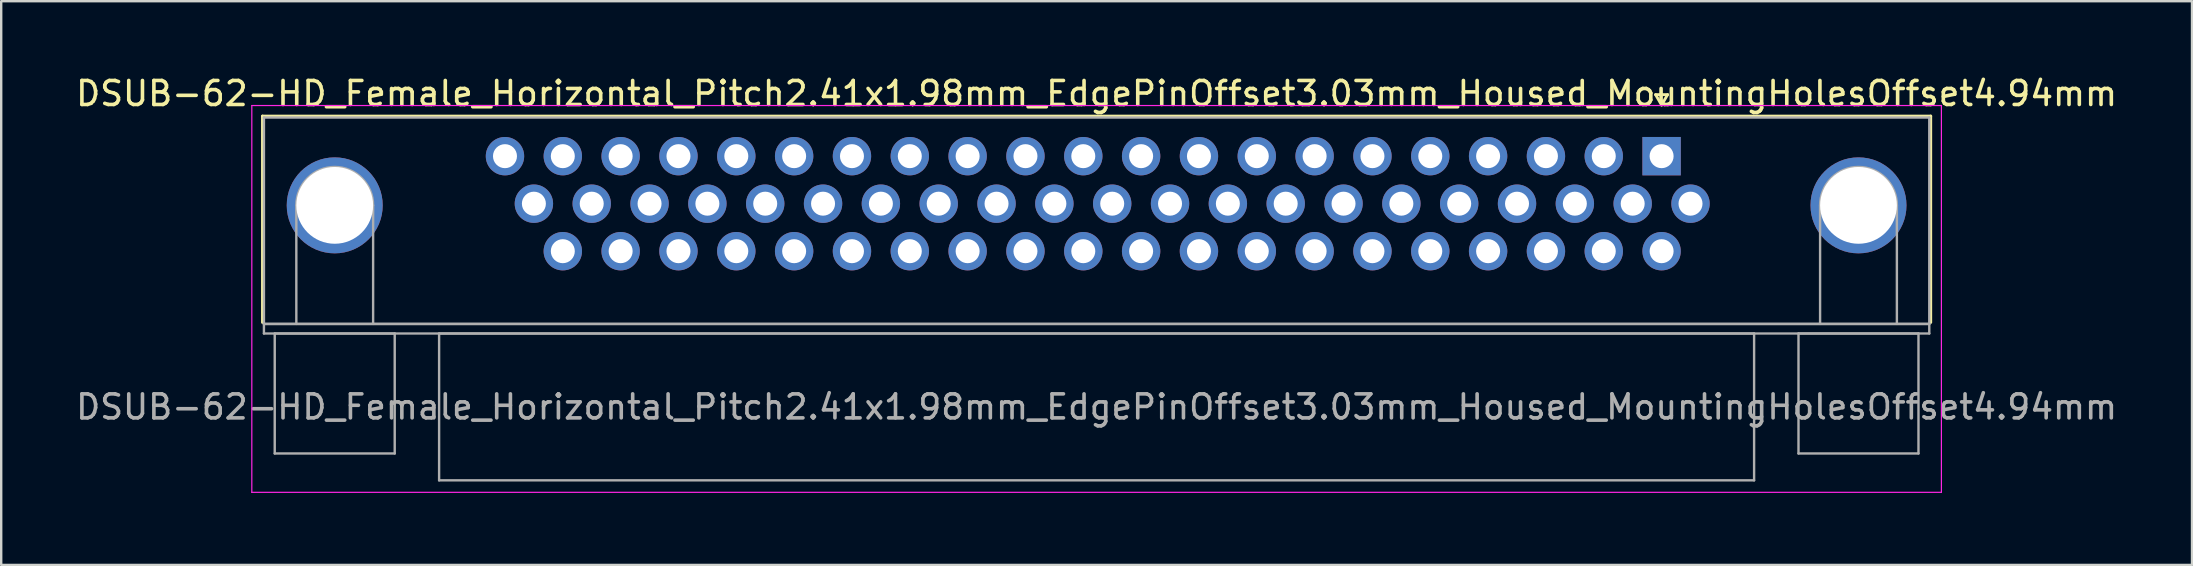
<source format=kicad_pcb>
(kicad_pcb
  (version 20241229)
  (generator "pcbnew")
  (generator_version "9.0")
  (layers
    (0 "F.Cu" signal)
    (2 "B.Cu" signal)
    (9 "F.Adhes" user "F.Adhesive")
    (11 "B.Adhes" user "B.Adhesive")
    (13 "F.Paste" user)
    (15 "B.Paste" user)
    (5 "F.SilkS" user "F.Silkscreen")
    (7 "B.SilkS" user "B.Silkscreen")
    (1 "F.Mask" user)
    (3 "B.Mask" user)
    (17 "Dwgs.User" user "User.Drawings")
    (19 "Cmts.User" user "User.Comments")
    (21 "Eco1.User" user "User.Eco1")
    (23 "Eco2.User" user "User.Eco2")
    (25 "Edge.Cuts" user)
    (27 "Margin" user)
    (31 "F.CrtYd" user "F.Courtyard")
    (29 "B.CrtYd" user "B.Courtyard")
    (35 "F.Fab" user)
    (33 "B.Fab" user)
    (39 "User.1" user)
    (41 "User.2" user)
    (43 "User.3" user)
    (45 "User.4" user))
  (footprint "DSUB-62-HD_Female_Horizontal_Pitch2.41x1.98mm_EdgePinOffset3.03mm_Housed_MountingHolesOffset4.94mm"
    (layer "F.Cu")
    (at 66.194 3.458)
    (property "Reference" "DSUB-62-HD_Female_Horizontal_Pitch2.41x1.98mm_EdgePinOffset3.03mm_Housed_MountingHolesOffset4.94mm" (at -23.545 -2.61 0) (layer "F.SilkS") (effects (font (size 1 1) (thickness 0.15))))
    (attr through_hole)
    (fp_line (start -58.305 -1.67) (end 11.215 -1.67) (stroke (width 0.12) (type solid)) (layer "F.SilkS"))
    (fp_line (start -58.305 6.93) (end -58.305 -1.67) (stroke (width 0.12) (type solid)) (layer "F.SilkS"))
    (fp_line (start -0.25 -2.564) (end 0.25 -2.564) (stroke (width 0.12) (type solid)) (layer "F.SilkS"))
    (fp_line (start 0 -2.131) (end -0.25 -2.564) (stroke (width 0.12) (type solid)) (layer "F.SilkS"))
    (fp_line (start 0.25 -2.564) (end 0 -2.131) (stroke (width 0.12) (type solid)) (layer "F.SilkS"))
    (fp_line (start 11.215 -1.67) (end 11.215 6.93) (stroke (width 0.12) (type solid)) (layer "F.SilkS"))
    (fp_line (start -58.75 -2.11) (end -58.75 14.01) (stroke (width 0.05) (type solid)) (layer "F.CrtYd"))
    (fp_line (start -58.75 14.01) (end 11.66 14.01) (stroke (width 0.05) (type solid)) (layer "F.CrtYd"))
    (fp_line (start 11.66 -2.11) (end -58.75 -2.11) (stroke (width 0.05) (type solid)) (layer "F.CrtYd"))
    (fp_line (start 11.66 14.01) (end 11.66 -2.11) (stroke (width 0.05) (type solid)) (layer "F.CrtYd"))
    (fp_line (start -58.245 -1.61) (end -58.245 6.99) (stroke (width 0.1) (type solid)) (layer "F.Fab"))
    (fp_line (start -58.245 6.99) (end -58.245 7.39) (stroke (width 0.1) (type solid)) (layer "F.Fab"))
    (fp_line (start -58.245 6.99) (end 11.155 6.99) (stroke (width 0.1) (type solid)) (layer "F.Fab"))
    (fp_line (start -58.245 7.39) (end 11.155 7.39) (stroke (width 0.1) (type solid)) (layer "F.Fab"))
    (fp_line (start -57.795 7.39) (end -57.795 12.39) (stroke (width 0.1) (type solid)) (layer "F.Fab"))
    (fp_line (start -57.795 12.39) (end -52.795 12.39) (stroke (width 0.1) (type solid)) (layer "F.Fab"))
    (fp_line (start -56.895 6.99) (end -56.895 2.05) (stroke (width 0.1) (type solid)) (layer "F.Fab"))
    (fp_line (start -53.695 6.99) (end -53.695 2.05) (stroke (width 0.1) (type solid)) (layer "F.Fab"))
    (fp_line (start -52.795 7.39) (end -57.795 7.39) (stroke (width 0.1) (type solid)) (layer "F.Fab"))
    (fp_line (start -52.795 12.39) (end -52.795 7.39) (stroke (width 0.1) (type solid)) (layer "F.Fab"))
    (fp_line (start -50.945 7.39) (end -50.945 13.51) (stroke (width 0.1) (type solid)) (layer "F.Fab"))
    (fp_line (start -50.945 13.51) (end 3.855 13.51) (stroke (width 0.1) (type solid)) (layer "F.Fab"))
    (fp_line (start 3.855 7.39) (end -50.945 7.39) (stroke (width 0.1) (type solid)) (layer "F.Fab"))
    (fp_line (start 3.855 13.51) (end 3.855 7.39) (stroke (width 0.1) (type solid)) (layer "F.Fab"))
    (fp_line (start 5.705 7.39) (end 5.705 12.39) (stroke (width 0.1) (type solid)) (layer "F.Fab"))
    (fp_line (start 5.705 12.39) (end 10.705 12.39) (stroke (width 0.1) (type solid)) (layer "F.Fab"))
    (fp_line (start 6.605 6.99) (end 6.605 2.05) (stroke (width 0.1) (type solid)) (layer "F.Fab"))
    (fp_line (start 9.805 6.99) (end 9.805 2.05) (stroke (width 0.1) (type solid)) (layer "F.Fab"))
    (fp_line (start 10.705 7.39) (end 5.705 7.39) (stroke (width 0.1) (type solid)) (layer "F.Fab"))
    (fp_line (start 10.705 12.39) (end 10.705 7.39) (stroke (width 0.1) (type solid)) (layer "F.Fab"))
    (fp_line (start 11.155 -1.61) (end -58.245 -1.61) (stroke (width 0.1) (type solid)) (layer "F.Fab"))
    (fp_line (start 11.155 6.99) (end -58.245 6.99) (stroke (width 0.1) (type solid)) (layer "F.Fab"))
    (fp_line (start 11.155 6.99) (end 11.155 -1.61) (stroke (width 0.1) (type solid)) (layer "F.Fab"))
    (fp_line (start 11.155 7.39) (end 11.155 6.99) (stroke (width 0.1) (type solid)) (layer "F.Fab"))
    (fp_arc (start -56.895 2.05) (mid -55.295 0.45) (end -53.695 2.05) (stroke (width 0.1) (type solid)) (layer "F.Fab"))
    (fp_arc (start 6.605 2.05) (mid 8.205 0.45) (end 9.805 2.05) (stroke (width 0.1) (type solid)) (layer "F.Fab"))
    (fp_text user "${REFERENCE}" (at -23.545 10.45 0) (layer "F.Fab") (effects (font (size 1 1) (thickness 0.15))))
    (pad "0" thru_hole circle (at -55.295 2.05) (size 4 4) (drill 3.2) (layers "*.Cu" "*.Mask"))
    (pad "0" thru_hole circle (at 8.205 2.05) (size 4 4) (drill 3.2) (layers "*.Cu" "*.Mask"))
    (pad "1" thru_hole rect (at 0 0) (size 1.6 1.6) (drill 1) (layers "*.Cu" "*.Mask"))
    (pad "2" thru_hole circle (at -2.41 0) (size 1.6 1.6) (drill 1) (layers "*.Cu" "*.Mask"))
    (pad "3" thru_hole circle (at -4.82 0) (size 1.6 1.6) (drill 1) (layers "*.Cu" "*.Mask"))
    (pad "4" thru_hole circle (at -7.23 0) (size 1.6 1.6) (drill 1) (layers "*.Cu" "*.Mask"))
    (pad "5" thru_hole circle (at -9.64 0) (size 1.6 1.6) (drill 1) (layers "*.Cu" "*.Mask"))
    (pad "6" thru_hole circle (at -12.05 0) (size 1.6 1.6) (drill 1) (layers "*.Cu" "*.Mask"))
    (pad "7" thru_hole circle (at -14.46 0) (size 1.6 1.6) (drill 1) (layers "*.Cu" "*.Mask"))
    (pad "8" thru_hole circle (at -16.87 0) (size 1.6 1.6) (drill 1) (layers "*.Cu" "*.Mask"))
    (pad "9" thru_hole circle (at -19.28 0) (size 1.6 1.6) (drill 1) (layers "*.Cu" "*.Mask"))
    (pad "10" thru_hole circle (at -21.69 0) (size 1.6 1.6) (drill 1) (layers "*.Cu" "*.Mask"))
    (pad "11" thru_hole circle (at -24.1 0) (size 1.6 1.6) (drill 1) (layers "*.Cu" "*.Mask"))
    (pad "12" thru_hole circle (at -26.51 0) (size 1.6 1.6) (drill 1) (layers "*.Cu" "*.Mask"))
    (pad "13" thru_hole circle (at -28.92 0) (size 1.6 1.6) (drill 1) (layers "*.Cu" "*.Mask"))
    (pad "14" thru_hole circle (at -31.33 0) (size 1.6 1.6) (drill 1) (layers "*.Cu" "*.Mask"))
    (pad "15" thru_hole circle (at -33.74 0) (size 1.6 1.6) (drill 1) (layers "*.Cu" "*.Mask"))
    (pad "16" thru_hole circle (at -36.15 0) (size 1.6 1.6) (drill 1) (layers "*.Cu" "*.Mask"))
    (pad "17" thru_hole circle (at -38.56 0) (size 1.6 1.6) (drill 1) (layers "*.Cu" "*.Mask"))
    (pad "18" thru_hole circle (at -40.97 0) (size 1.6 1.6) (drill 1) (layers "*.Cu" "*.Mask"))
    (pad "19" thru_hole circle (at -43.38 0) (size 1.6 1.6) (drill 1) (layers "*.Cu" "*.Mask"))
    (pad "20" thru_hole circle (at -45.79 0) (size 1.6 1.6) (drill 1) (layers "*.Cu" "*.Mask"))
    (pad "21" thru_hole circle (at -48.2 0) (size 1.6 1.6) (drill 1) (layers "*.Cu" "*.Mask"))
    (pad "22" thru_hole circle (at 1.205 1.98) (size 1.6 1.6) (drill 1) (layers "*.Cu" "*.Mask"))
    (pad "23" thru_hole circle (at -1.205 1.98) (size 1.6 1.6) (drill 1) (layers "*.Cu" "*.Mask"))
    (pad "24" thru_hole circle (at -3.615 1.98) (size 1.6 1.6) (drill 1) (layers "*.Cu" "*.Mask"))
    (pad "25" thru_hole circle (at -6.025 1.98) (size 1.6 1.6) (drill 1) (layers "*.Cu" "*.Mask"))
    (pad "26" thru_hole circle (at -8.435 1.98) (size 1.6 1.6) (drill 1) (layers "*.Cu" "*.Mask"))
    (pad "27" thru_hole circle (at -10.845 1.98) (size 1.6 1.6) (drill 1) (layers "*.Cu" "*.Mask"))
    (pad "28" thru_hole circle (at -13.255 1.98) (size 1.6 1.6) (drill 1) (layers "*.Cu" "*.Mask"))
    (pad "29" thru_hole circle (at -15.665 1.98) (size 1.6 1.6) (drill 1) (layers "*.Cu" "*.Mask"))
    (pad "30" thru_hole circle (at -18.075 1.98) (size 1.6 1.6) (drill 1) (layers "*.Cu" "*.Mask"))
    (pad "31" thru_hole circle (at -20.485 1.98) (size 1.6 1.6) (drill 1) (layers "*.Cu" "*.Mask"))
    (pad "32" thru_hole circle (at -22.895 1.98) (size 1.6 1.6) (drill 1) (layers "*.Cu" "*.Mask"))
    (pad "33" thru_hole circle (at -25.305 1.98) (size 1.6 1.6) (drill 1) (layers "*.Cu" "*.Mask"))
    (pad "34" thru_hole circle (at -27.715 1.98) (size 1.6 1.6) (drill 1) (layers "*.Cu" "*.Mask"))
    (pad "35" thru_hole circle (at -30.125 1.98) (size 1.6 1.6) (drill 1) (layers "*.Cu" "*.Mask"))
    (pad "36" thru_hole circle (at -32.535 1.98) (size 1.6 1.6) (drill 1) (layers "*.Cu" "*.Mask"))
    (pad "37" thru_hole circle (at -34.945 1.98) (size 1.6 1.6) (drill 1) (layers "*.Cu" "*.Mask"))
    (pad "38" thru_hole circle (at -37.355 1.98) (size 1.6 1.6) (drill 1) (layers "*.Cu" "*.Mask"))
    (pad "39" thru_hole circle (at -39.765 1.98) (size 1.6 1.6) (drill 1) (layers "*.Cu" "*.Mask"))
    (pad "40" thru_hole circle (at -42.175 1.98) (size 1.6 1.6) (drill 1) (layers "*.Cu" "*.Mask"))
    (pad "41" thru_hole circle (at -44.585 1.98) (size 1.6 1.6) (drill 1) (layers "*.Cu" "*.Mask"))
    (pad "42" thru_hole circle (at -46.995 1.98) (size 1.6 1.6) (drill 1) (layers "*.Cu" "*.Mask"))
    (pad "43" thru_hole circle (at 0 3.96) (size 1.6 1.6) (drill 1) (layers "*.Cu" "*.Mask"))
    (pad "44" thru_hole circle (at -2.41 3.96) (size 1.6 1.6) (drill 1) (layers "*.Cu" "*.Mask"))
    (pad "45" thru_hole circle (at -4.82 3.96) (size 1.6 1.6) (drill 1) (layers "*.Cu" "*.Mask"))
    (pad "46" thru_hole circle (at -7.23 3.96) (size 1.6 1.6) (drill 1) (layers "*.Cu" "*.Mask"))
    (pad "47" thru_hole circle (at -9.64 3.96) (size 1.6 1.6) (drill 1) (layers "*.Cu" "*.Mask"))
    (pad "48" thru_hole circle (at -12.05 3.96) (size 1.6 1.6) (drill 1) (layers "*.Cu" "*.Mask"))
    (pad "49" thru_hole circle (at -14.46 3.96) (size 1.6 1.6) (drill 1) (layers "*.Cu" "*.Mask"))
    (pad "50" thru_hole circle (at -16.87 3.96) (size 1.6 1.6) (drill 1) (layers "*.Cu" "*.Mask"))
    (pad "51" thru_hole circle (at -19.28 3.96) (size 1.6 1.6) (drill 1) (layers "*.Cu" "*.Mask"))
    (pad "52" thru_hole circle (at -21.69 3.96) (size 1.6 1.6) (drill 1) (layers "*.Cu" "*.Mask"))
    (pad "53" thru_hole circle (at -24.1 3.96) (size 1.6 1.6) (drill 1) (layers "*.Cu" "*.Mask"))
    (pad "54" thru_hole circle (at -26.51 3.96) (size 1.6 1.6) (drill 1) (layers "*.Cu" "*.Mask"))
    (pad "55" thru_hole circle (at -28.92 3.96) (size 1.6 1.6) (drill 1) (layers "*.Cu" "*.Mask"))
    (pad "56" thru_hole circle (at -31.33 3.96) (size 1.6 1.6) (drill 1) (layers "*.Cu" "*.Mask"))
    (pad "57" thru_hole circle (at -33.74 3.96) (size 1.6 1.6) (drill 1) (layers "*.Cu" "*.Mask"))
    (pad "58" thru_hole circle (at -36.15 3.96) (size 1.6 1.6) (drill 1) (layers "*.Cu" "*.Mask"))
    (pad "59" thru_hole circle (at -38.56 3.96) (size 1.6 1.6) (drill 1) (layers "*.Cu" "*.Mask"))
    (pad "60" thru_hole circle (at -40.97 3.96) (size 1.6 1.6) (drill 1) (layers "*.Cu" "*.Mask"))
    (pad "61" thru_hole circle (at -43.38 3.96) (size 1.6 1.6) (drill 1) (layers "*.Cu" "*.Mask"))
    (pad "62" thru_hole circle (at -45.79 3.96) (size 1.6 1.6) (drill 1) (layers "*.Cu" "*.Mask")))
  (gr_rect
    (start -3 -3)
    (end 88.298 20.493)
    (stroke (width 0.1) (type default))
    (fill no)
    (layer "Edge.Cuts")))
</source>
